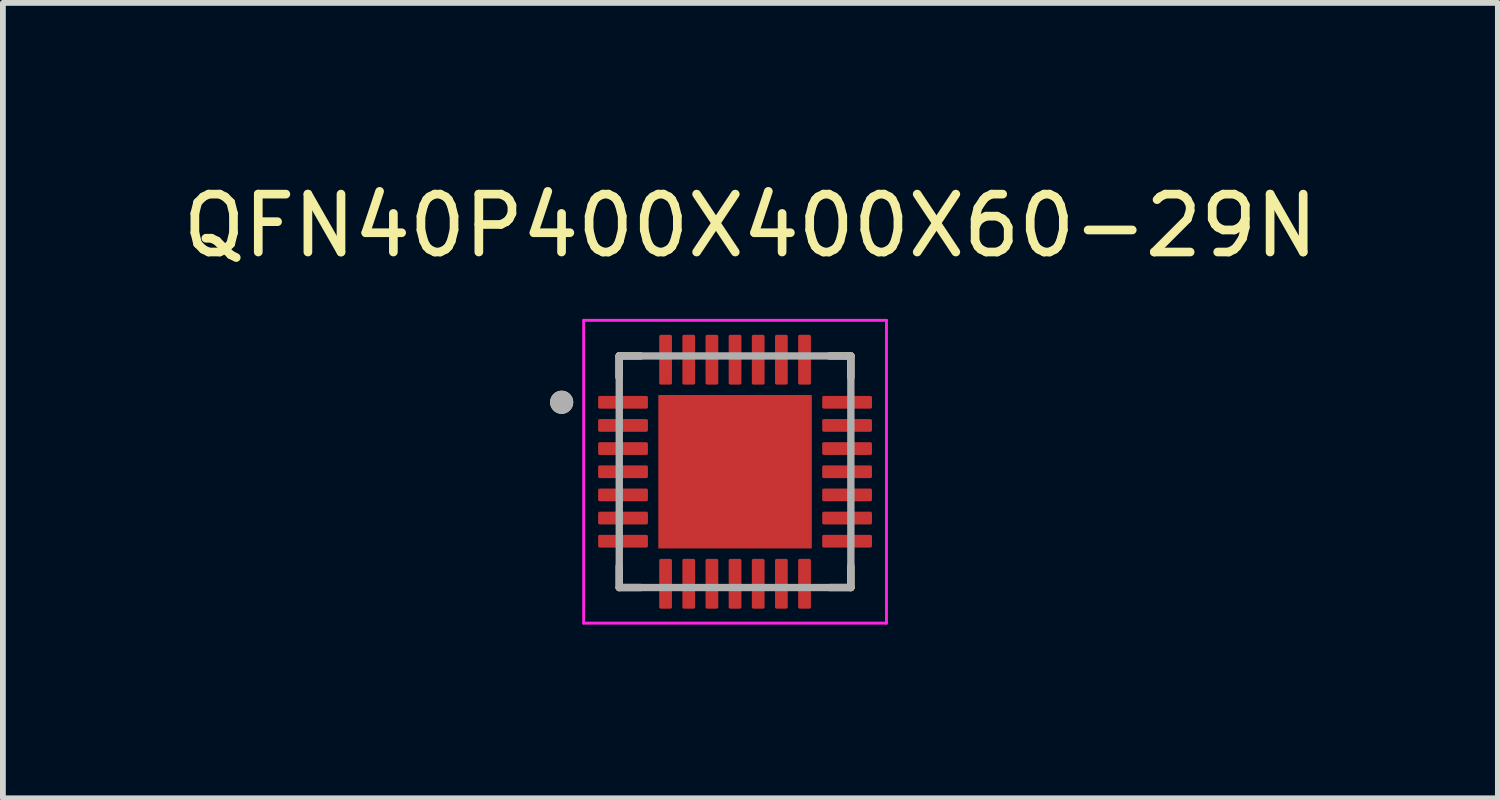
<source format=kicad_pcb>
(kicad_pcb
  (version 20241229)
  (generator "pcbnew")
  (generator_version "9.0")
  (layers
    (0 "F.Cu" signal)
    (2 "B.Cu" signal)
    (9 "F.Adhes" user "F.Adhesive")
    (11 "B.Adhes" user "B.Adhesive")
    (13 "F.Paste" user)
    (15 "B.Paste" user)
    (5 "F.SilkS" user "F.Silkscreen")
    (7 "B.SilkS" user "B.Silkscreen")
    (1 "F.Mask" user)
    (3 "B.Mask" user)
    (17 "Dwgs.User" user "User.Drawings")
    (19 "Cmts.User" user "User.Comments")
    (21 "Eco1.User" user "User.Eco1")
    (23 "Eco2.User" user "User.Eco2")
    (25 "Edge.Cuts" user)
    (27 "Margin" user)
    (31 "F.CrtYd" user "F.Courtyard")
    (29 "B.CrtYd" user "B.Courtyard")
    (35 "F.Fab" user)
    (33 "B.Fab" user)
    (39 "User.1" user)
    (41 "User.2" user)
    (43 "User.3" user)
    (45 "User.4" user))
  (footprint "QFN40P400X400X60-29N"
    (layer "F.Cu")
    (at 9.646 5.098)
    (property "Reference" "QFN40P400X400X60-29N" (at 0.265 -4.25 0) (layer "F.SilkS") (effects (font (size 1 1) (thickness 0.15))))
    (attr smd)
    (fp_line (start -2 -2) (end -2 -1.63) (stroke (width 0.127) (type solid)) (layer "F.SilkS"))
    (fp_line (start -2 -2) (end -2 -1.63) (stroke (width 0.127) (type solid)) (layer "F.SilkS"))
    (fp_line (start -2 -2) (end -1.63 -2) (stroke (width 0.127) (type solid)) (layer "F.SilkS"))
    (fp_line (start -2 2) (end -2 1.63) (stroke (width 0.127) (type solid)) (layer "F.SilkS"))
    (fp_line (start -2 2) (end -1.63 2) (stroke (width 0.127) (type solid)) (layer "F.SilkS"))
    (fp_line (start 2 -2) (end 1.63 -2) (stroke (width 0.127) (type solid)) (layer "F.SilkS"))
    (fp_line (start 2 -2) (end 2 -1.63) (stroke (width 0.127) (type solid)) (layer "F.SilkS"))
    (fp_line (start 2 2) (end 1.63 2) (stroke (width 0.127) (type solid)) (layer "F.SilkS"))
    (fp_line (start 2 2) (end 2 1.63) (stroke (width 0.127) (type solid)) (layer "F.SilkS"))
    (fp_circle (center -2.995 -1.2) (end -2.895 -1.2) (stroke (width 0.2) (type solid)) (fill no) (layer "F.SilkS"))
    (fp_poly (pts (xy -0.84 -0.84) (xy 0.84 -0.84) (xy 0.84 0.84) (xy -0.84 0.84)) (stroke (width 0.01) (type solid)) (fill yes) (layer "F.Paste"))
    (fp_line (start -2.615 -2.615) (end 2.615 -2.615) (stroke (width 0.05) (type solid)) (layer "F.CrtYd"))
    (fp_line (start -2.615 2.615) (end -2.615 -2.615) (stroke (width 0.05) (type solid)) (layer "F.CrtYd"))
    (fp_line (start -2.615 2.615) (end 2.615 2.615) (stroke (width 0.05) (type solid)) (layer "F.CrtYd"))
    (fp_line (start 2.615 2.615) (end 2.615 -2.615) (stroke (width 0.05) (type solid)) (layer "F.CrtYd"))
    (fp_line (start -2 2) (end -2 -2) (stroke (width 0.127) (type solid)) (layer "F.Fab"))
    (fp_line (start 2 -2) (end -2 -2) (stroke (width 0.127) (type solid)) (layer "F.Fab"))
    (fp_line (start 2 2) (end -2 2) (stroke (width 0.127) (type solid)) (layer "F.Fab"))
    (fp_line (start 2 2) (end 2 -2) (stroke (width 0.127) (type solid)) (layer "F.Fab"))
    (fp_circle (center -2.995 -1.2) (end -2.895 -1.2) (stroke (width 0.2) (type solid)) (fill no) (layer "F.Fab"))
    (pad "1" smd roundrect (at -1.935 -1.2) (size 0.86 0.22) (layers "F.Cu" "F.Mask" "F.Paste") (roundrect_rratio 0.125))
    (pad "2" smd roundrect (at -1.935 -0.8) (size 0.86 0.22) (layers "F.Cu" "F.Mask" "F.Paste") (roundrect_rratio 0.125))
    (pad "3" smd roundrect (at -1.935 -0.4) (size 0.86 0.22) (layers "F.Cu" "F.Mask" "F.Paste") (roundrect_rratio 0.125))
    (pad "4" smd roundrect (at -1.935 0) (size 0.86 0.22) (layers "F.Cu" "F.Mask" "F.Paste") (roundrect_rratio 0.125))
    (pad "5" smd roundrect (at -1.935 0.4) (size 0.86 0.22) (layers "F.Cu" "F.Mask" "F.Paste") (roundrect_rratio 0.125))
    (pad "6" smd roundrect (at -1.935 0.8) (size 0.86 0.22) (layers "F.Cu" "F.Mask" "F.Paste") (roundrect_rratio 0.125))
    (pad "7" smd roundrect (at -1.935 1.2) (size 0.86 0.22) (layers "F.Cu" "F.Mask" "F.Paste") (roundrect_rratio 0.125))
    (pad "8" smd roundrect (at -1.2 1.935) (size 0.22 0.86) (layers "F.Cu" "F.Mask" "F.Paste") (roundrect_rratio 0.125))
    (pad "9" smd roundrect (at -0.8 1.935) (size 0.22 0.86) (layers "F.Cu" "F.Mask" "F.Paste") (roundrect_rratio 0.125))
    (pad "10" smd roundrect (at -0.4 1.935) (size 0.22 0.86) (layers "F.Cu" "F.Mask" "F.Paste") (roundrect_rratio 0.125))
    (pad "11" smd roundrect (at 0 1.935) (size 0.22 0.86) (layers "F.Cu" "F.Mask" "F.Paste") (roundrect_rratio 0.125))
    (pad "12" smd roundrect (at 0.4 1.935) (size 0.22 0.86) (layers "F.Cu" "F.Mask" "F.Paste") (roundrect_rratio 0.125))
    (pad "13" smd roundrect (at 0.8 1.935) (size 0.22 0.86) (layers "F.Cu" "F.Mask" "F.Paste") (roundrect_rratio 0.125))
    (pad "14" smd roundrect (at 1.2 1.935) (size 0.22 0.86) (layers "F.Cu" "F.Mask" "F.Paste") (roundrect_rratio 0.125))
    (pad "15" smd roundrect (at 1.935 1.2) (size 0.86 0.22) (layers "F.Cu" "F.Mask" "F.Paste") (roundrect_rratio 0.125))
    (pad "16" smd roundrect (at 1.935 0.8) (size 0.86 0.22) (layers "F.Cu" "F.Mask" "F.Paste") (roundrect_rratio 0.125))
    (pad "17" smd roundrect (at 1.935 0.4) (size 0.86 0.22) (layers "F.Cu" "F.Mask" "F.Paste") (roundrect_rratio 0.125))
    (pad "18" smd roundrect (at 1.935 0) (size 0.86 0.22) (layers "F.Cu" "F.Mask" "F.Paste") (roundrect_rratio 0.125))
    (pad "19" smd roundrect (at 1.935 -0.4) (size 0.86 0.22) (layers "F.Cu" "F.Mask" "F.Paste") (roundrect_rratio 0.125))
    (pad "20" smd roundrect (at 1.935 -0.8) (size 0.86 0.22) (layers "F.Cu" "F.Mask" "F.Paste") (roundrect_rratio 0.125))
    (pad "21" smd roundrect (at 1.935 -1.2) (size 0.86 0.22) (layers "F.Cu" "F.Mask" "F.Paste") (roundrect_rratio 0.125))
    (pad "22" smd roundrect (at 1.2 -1.935) (size 0.22 0.86) (layers "F.Cu" "F.Mask" "F.Paste") (roundrect_rratio 0.125))
    (pad "23" smd roundrect (at 0.8 -1.935) (size 0.22 0.86) (layers "F.Cu" "F.Mask" "F.Paste") (roundrect_rratio 0.125))
    (pad "24" smd roundrect (at 0.4 -1.935) (size 0.22 0.86) (layers "F.Cu" "F.Mask" "F.Paste") (roundrect_rratio 0.125))
    (pad "25" smd roundrect (at 0 -1.935) (size 0.22 0.86) (layers "F.Cu" "F.Mask" "F.Paste") (roundrect_rratio 0.125))
    (pad "26" smd roundrect (at -0.4 -1.935) (size 0.22 0.86) (layers "F.Cu" "F.Mask" "F.Paste") (roundrect_rratio 0.125))
    (pad "27" smd roundrect (at -0.8 -1.935) (size 0.22 0.86) (layers "F.Cu" "F.Mask" "F.Paste") (roundrect_rratio 0.125))
    (pad "28" smd roundrect (at -1.2 -1.935) (size 0.22 0.86) (layers "F.Cu" "F.Mask" "F.Paste") (roundrect_rratio 0.125))
    (pad "29" smd rect (at 0 0) (size 2.65 2.65) (property pad_prop_heatsink) (layers "F.Cu" "F.Mask")))
  (gr_rect
    (start -3 -3)
    (end 22.821 10.738)
    (stroke (width 0.1) (type default))
    (fill no)
    (layer "Edge.Cuts")))
</source>
